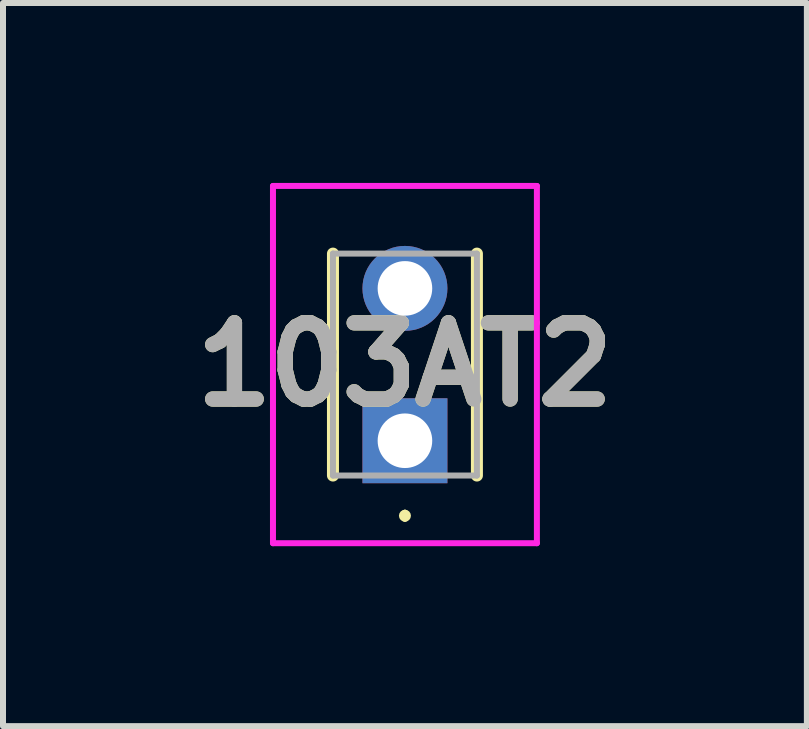
<source format=kicad_pcb>
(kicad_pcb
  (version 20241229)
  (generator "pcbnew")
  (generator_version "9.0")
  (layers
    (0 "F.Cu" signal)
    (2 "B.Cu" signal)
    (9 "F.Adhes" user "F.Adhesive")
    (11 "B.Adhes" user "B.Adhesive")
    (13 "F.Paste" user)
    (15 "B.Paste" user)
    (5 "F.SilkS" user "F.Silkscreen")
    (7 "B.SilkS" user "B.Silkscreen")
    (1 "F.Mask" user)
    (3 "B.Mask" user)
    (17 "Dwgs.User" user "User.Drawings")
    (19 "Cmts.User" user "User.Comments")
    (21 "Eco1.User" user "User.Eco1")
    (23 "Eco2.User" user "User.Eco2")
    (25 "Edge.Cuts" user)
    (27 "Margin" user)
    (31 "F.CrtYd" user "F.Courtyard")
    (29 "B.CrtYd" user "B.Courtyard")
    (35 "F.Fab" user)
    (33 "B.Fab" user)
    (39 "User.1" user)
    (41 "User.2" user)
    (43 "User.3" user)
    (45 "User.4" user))
  (footprint "103AT2"
    (layer "F.Cu")
    (at 3.701 4.298)
    (property "Reference" "103AT2" (at 0 -1.27 0) (layer "F.SilkS") (effects (font (size 1.27 1.27) (thickness 0.254))))
    (attr through_hole)
    (fp_line (start -1.2 -3.12) (end -1.2 0.58) (stroke (width 0.2) (type solid)) (layer "F.SilkS"))
    (fp_line (start 0 1.2) (end 0 1.2) (stroke (width 0.1) (type solid)) (layer "F.SilkS"))
    (fp_line (start 0 1.3) (end 0 1.3) (stroke (width 0.1) (type solid)) (layer "F.SilkS"))
    (fp_line (start 1.2 -3.12) (end 1.2 0.58) (stroke (width 0.2) (type solid)) (layer "F.SilkS"))
    (fp_arc (start 0 1.2) (mid 0.05 1.25) (end 0 1.3) (stroke (width 0.1) (type solid)) (layer "F.SilkS"))
    (fp_arc (start 0 1.3) (mid -0.05 1.25) (end 0 1.2) (stroke (width 0.1) (type solid)) (layer "F.SilkS"))
    (fp_line (start -2.2 -4.248) (end 2.2 -4.248) (stroke (width 0.1) (type solid)) (layer "F.CrtYd"))
    (fp_line (start -2.2 1.708) (end -2.2 -4.248) (stroke (width 0.1) (type solid)) (layer "F.CrtYd"))
    (fp_line (start 2.2 -4.248) (end 2.2 1.708) (stroke (width 0.1) (type solid)) (layer "F.CrtYd"))
    (fp_line (start 2.2 1.708) (end -2.2 1.708) (stroke (width 0.1) (type solid)) (layer "F.CrtYd"))
    (fp_line (start -1.2 -3.12) (end 1.2 -3.12) (stroke (width 0.1) (type solid)) (layer "F.Fab"))
    (fp_line (start -1.2 0.58) (end -1.2 -3.12) (stroke (width 0.1) (type solid)) (layer "F.Fab"))
    (fp_line (start 1.2 -3.12) (end 1.2 0.58) (stroke (width 0.1) (type solid)) (layer "F.Fab"))
    (fp_line (start 1.2 0.58) (end -1.2 0.58) (stroke (width 0.1) (type solid)) (layer "F.Fab"))
    (fp_text user "${REFERENCE}" (at 0 -1.27 0) (layer "F.Fab") (effects (font (size 1.27 1.27) (thickness 0.254))))
    (pad "1" thru_hole rect (at 0 0) (size 1.416 1.416) (drill 0.91) (layers "*.Cu" "*.Mask"))
    (pad "2" thru_hole circle (at 0 -2.54) (size 1.416 1.416) (drill 0.91) (layers "*.Cu" "*.Mask")))
  (gr_rect
    (start -3 -3)
    (end 10.402 9.056)
    (stroke (width 0.1) (type default))
    (fill no)
    (layer "Edge.Cuts")))
</source>
